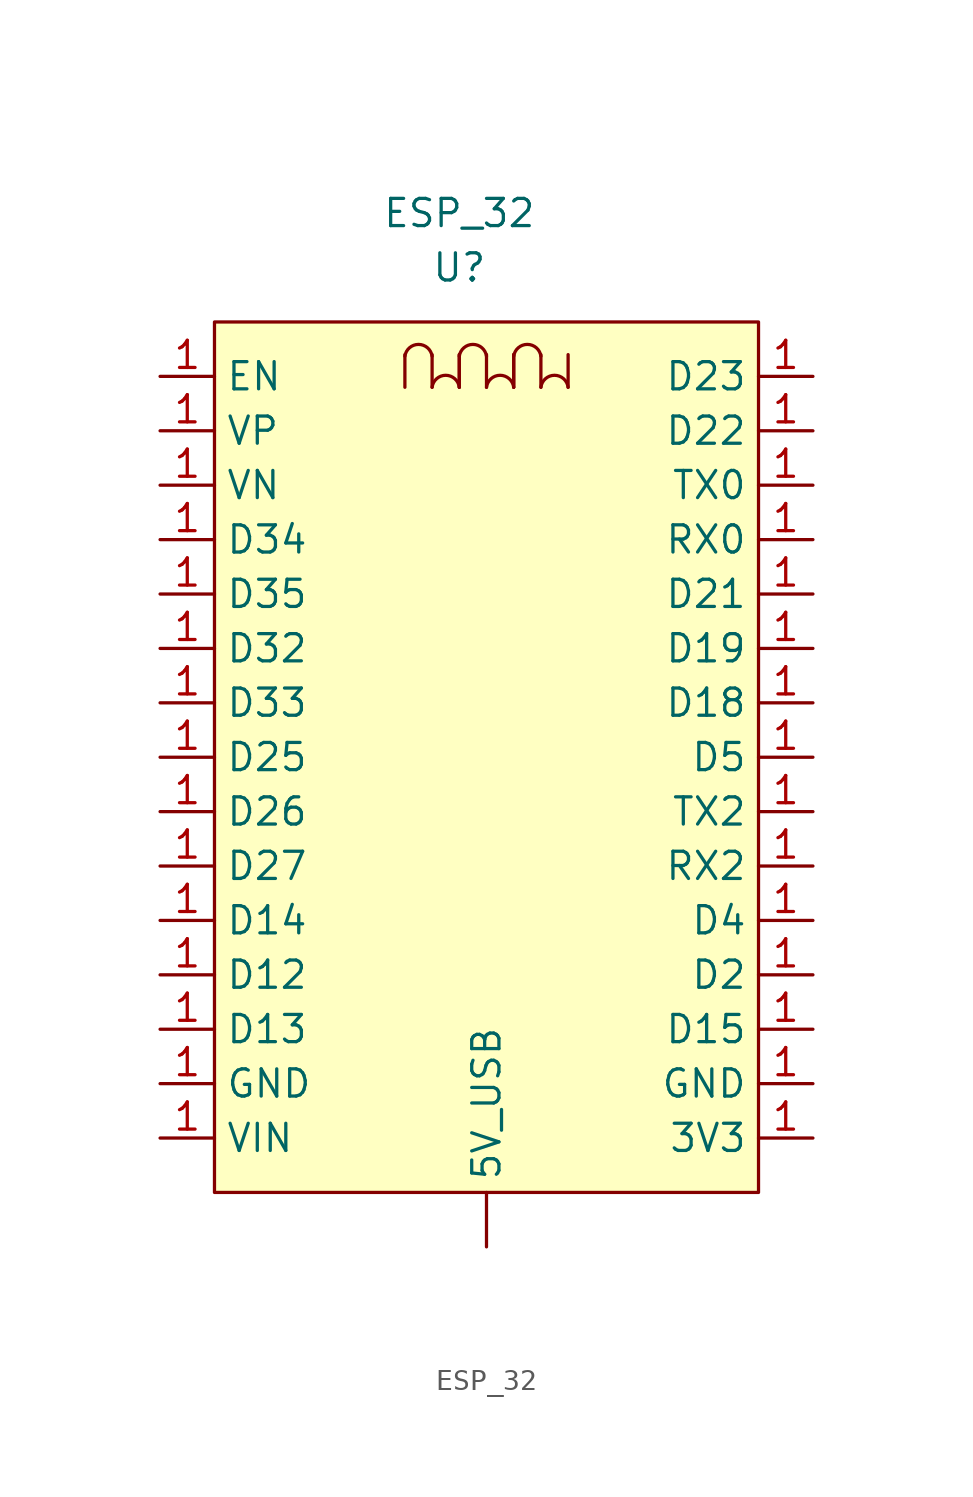
<source format=kicad_sym>
(kicad_symbol_lib
  (version 20211014)
  (generator kicad_symbol_editor)
  (symbol "ESP_32"
    (property "Reference" "U"
      (at 6.35 11.43 0)
      (effects (font (size 1.27 1.27))))
    (property "Value" "ESP_32"
      (at 6.35 13.97 0)
      (effects (font (size 1.27 1.27))))
    (symbol "ESP_32_0_0"
      (text "" (at -6.35 -26.67 0) (effects (font (size 1.27 1.27))))
      (text "" (at -6.35 -6.35 0) (effects (font (size 1.27 1.27))))
      (text "" (at 21.59 -16.51 0) (effects (font (size 1.27 1.27))))
      (text "" (at 21.59 3.81 0) (effects (font (size 1.27 1.27)))))
    (symbol "ESP_32_0_1"
      (rectangle (start -5.08 8.89) (end 20.32 -31.75) (stroke (width 0) (type default) (color 0 0 0 0)) (fill (type background)))
      (polyline (pts (xy 3.81 5.842) (xy 3.81 7.366)) (stroke (width 0) (type default) (color 0 0 0 0)) (fill (type none)))
      (polyline (pts (xy 5.08 5.842) (xy 5.08 7.366)) (stroke (width 0) (type default) (color 0 0 0 0)) (fill (type none)))
      (polyline (pts (xy 6.35 5.842) (xy 6.35 7.366)) (stroke (width 0) (type default) (color 0 0 0 0)) (fill (type none)))
      (polyline (pts (xy 6.35 5.842) (xy 6.35 7.366)) (stroke (width 0) (type default) (color 0 0 0 0)) (fill (type none)))
      (polyline (pts (xy 7.62 5.842) (xy 7.62 7.366)) (stroke (width 0) (type default) (color 0 0 0 0)) (fill (type none)))
      (polyline (pts (xy 8.89 5.842) (xy 8.89 7.366)) (stroke (width 0) (type default) (color 0 0 0 0)) (fill (type none)))
      (polyline (pts (xy 8.89 5.842) (xy 8.89 7.366)) (stroke (width 0) (type default) (color 0 0 0 0)) (fill (type none)))
      (polyline (pts (xy 10.16 5.842) (xy 10.16 7.366)) (stroke (width 0) (type default) (color 0 0 0 0)) (fill (type none)))
      (polyline (pts (xy 11.43 5.842) (xy 11.43 7.366)) (stroke (width 0) (type default) (color 0 0 0 0)) (fill (type none)))
      (arc (start 5.08 7.2928) (mid 4.445 7.8435) (end 3.81 7.2928) (stroke (width 0) (type default) (color 0 0 0 0)) (fill (type none)))
      (arc (start 6.35 5.842) (mid 5.715 6.5627) (end 5.08 5.842) (stroke (width 0) (type default) (color 0 0 0 0)) (fill (type none)))
      (arc (start 7.62 7.2928) (mid 6.985 7.8435) (end 6.35 7.2928) (stroke (width 0) (type default) (color 0 0 0 0)) (fill (type none)))
      (arc (start 8.89 5.842) (mid 8.255 6.5627) (end 7.62 5.842) (stroke (width 0) (type default) (color 0 0 0 0)) (fill (type none)))
      (arc (start 10.16 7.2928) (mid 9.525 7.8438) (end 8.89 7.2928) (stroke (width 0) (type default) (color 0 0 0 0)) (fill (type none)))
      (arc (start 11.43 5.842) (mid 10.795 6.5627) (end 10.16 5.842) (stroke (width 0) (type default) (color 0 0 0 0)) (fill (type none))))
    (symbol "ESP_32_1_1"
      (pin bidirectional line (at 7.62 -34.29 90) (length 2.54) (name "5V_USB" (effects (font (size 1.27 1.27)))) (number "" (effects (font (size 1.27 1.27)))))
      (pin bidirectional line (at 22.86 -29.21 180) (length 2.54) (name "3V3" (effects (font (size 1.27 1.27)))) (number "1" (effects (font (size 1.27 1.27)))))
      (pin bidirectional line (at -7.62 -21.59 0) (length 2.54) (name "D12" (effects (font (size 1.27 1.27)))) (number "1" (effects (font (size 1.27 1.27)))))
      (pin bidirectional line (at -7.62 -24.13 0) (length 2.54) (name "D13" (effects (font (size 1.27 1.27)))) (number "1" (effects (font (size 1.27 1.27)))))
      (pin bidirectional line (at -7.62 -19.05 0) (length 2.54) (name "D14" (effects (font (size 1.27 1.27)))) (number "1" (effects (font (size 1.27 1.27)))))
      (pin bidirectional line (at 22.86 -24.13 180) (length 2.54) (name "D15" (effects (font (size 1.27 1.27)))) (number "1" (effects (font (size 1.27 1.27)))))
      (pin bidirectional line (at 22.86 -8.89 180) (length 2.54) (name "D18" (effects (font (size 1.27 1.27)))) (number "1" (effects (font (size 1.27 1.27)))))
      (pin bidirectional line (at 22.86 -6.35 180) (length 2.54) (name "D19" (effects (font (size 1.27 1.27)))) (number "1" (effects (font (size 1.27 1.27)))))
      (pin bidirectional line (at 22.86 -21.59 180) (length 2.54) (name "D2" (effects (font (size 1.27 1.27)))) (number "1" (effects (font (size 1.27 1.27)))))
      (pin bidirectional line (at 22.86 -3.81 180) (length 2.54) (name "D21" (effects (font (size 1.27 1.27)))) (number "1" (effects (font (size 1.27 1.27)))))
      (pin bidirectional line (at 22.86 3.81 180) (length 2.54) (name "D22" (effects (font (size 1.27 1.27)))) (number "1" (effects (font (size 1.27 1.27)))))
      (pin bidirectional line (at 22.86 6.35 180) (length 2.54) (name "D23" (effects (font (size 1.27 1.27)))) (number "1" (effects (font (size 1.27 1.27)))))
      (pin bidirectional line (at -7.62 -11.43 0) (length 2.54) (name "D25" (effects (font (size 1.27 1.27)))) (number "1" (effects (font (size 1.27 1.27)))))
      (pin bidirectional line (at -7.62 -13.97 0) (length 2.54) (name "D26" (effects (font (size 1.27 1.27)))) (number "1" (effects (font (size 1.27 1.27)))))
      (pin bidirectional line (at -7.62 -16.51 0) (length 2.54) (name "D27" (effects (font (size 1.27 1.27)))) (number "1" (effects (font (size 1.27 1.27)))))
      (pin bidirectional line (at -7.62 -6.35 0) (length 2.54) (name "D32" (effects (font (size 1.27 1.27)))) (number "1" (effects (font (size 1.27 1.27)))))
      (pin bidirectional line (at -7.62 -8.89 0) (length 2.54) (name "D33" (effects (font (size 1.27 1.27)))) (number "1" (effects (font (size 1.27 1.27)))))
      (pin bidirectional line (at -7.62 -1.27 0) (length 2.54) (name "D34" (effects (font (size 1.27 1.27)))) (number "1" (effects (font (size 1.27 1.27)))))
      (pin bidirectional line (at -7.62 -3.81 0) (length 2.54) (name "D35" (effects (font (size 1.27 1.27)))) (number "1" (effects (font (size 1.27 1.27)))))
      (pin bidirectional line (at 22.86 -19.05 180) (length 2.54) (name "D4" (effects (font (size 1.27 1.27)))) (number "1" (effects (font (size 1.27 1.27)))))
      (pin bidirectional line (at 22.86 -11.43 180) (length 2.54) (name "D5" (effects (font (size 1.27 1.27)))) (number "1" (effects (font (size 1.27 1.27)))))
      (pin bidirectional line (at -7.62 6.35 0) (length 2.54) (name "EN" (effects (font (size 1.27 1.27)))) (number "1" (effects (font (size 1.27 1.27)))))
      (pin bidirectional line (at -7.62 -26.67 0) (length 2.54) (name "GND" (effects (font (size 1.27 1.27)))) (number "1" (effects (font (size 1.27 1.27)))))
      (pin bidirectional line (at 22.86 -26.67 180) (length 2.54) (name "GND" (effects (font (size 1.27 1.27)))) (number "1" (effects (font (size 1.27 1.27)))))
      (pin bidirectional line (at 22.86 -1.27 180) (length 2.54) (name "RX0" (effects (font (size 1.27 1.27)))) (number "1" (effects (font (size 1.27 1.27)))))
      (pin bidirectional line (at 22.86 -16.51 180) (length 2.54) (name "RX2" (effects (font (size 1.27 1.27)))) (number "1" (effects (font (size 1.27 1.27)))))
      (pin bidirectional line (at 22.86 1.27 180) (length 2.54) (name "TX0" (effects (font (size 1.27 1.27)))) (number "1" (effects (font (size 1.27 1.27)))))
      (pin bidirectional line (at 22.86 -13.97 180) (length 2.54) (name "TX2" (effects (font (size 1.27 1.27)))) (number "1" (effects (font (size 1.27 1.27)))))
      (pin bidirectional line (at -7.62 -29.21 0) (length 2.54) (name "VIN" (effects (font (size 1.27 1.27)))) (number "1" (effects (font (size 1.27 1.27)))))
      (pin bidirectional line (at -7.62 1.27 0) (length 2.54) (name "VN" (effects (font (size 1.27 1.27)))) (number "1" (effects (font (size 1.27 1.27)))))
      (pin bidirectional line (at -7.62 3.81 0) (length 2.54) (name "VP" (effects (font (size 1.27 1.27)))) (number "1" (effects (font (size 1.27 1.27))))))))
</source>
